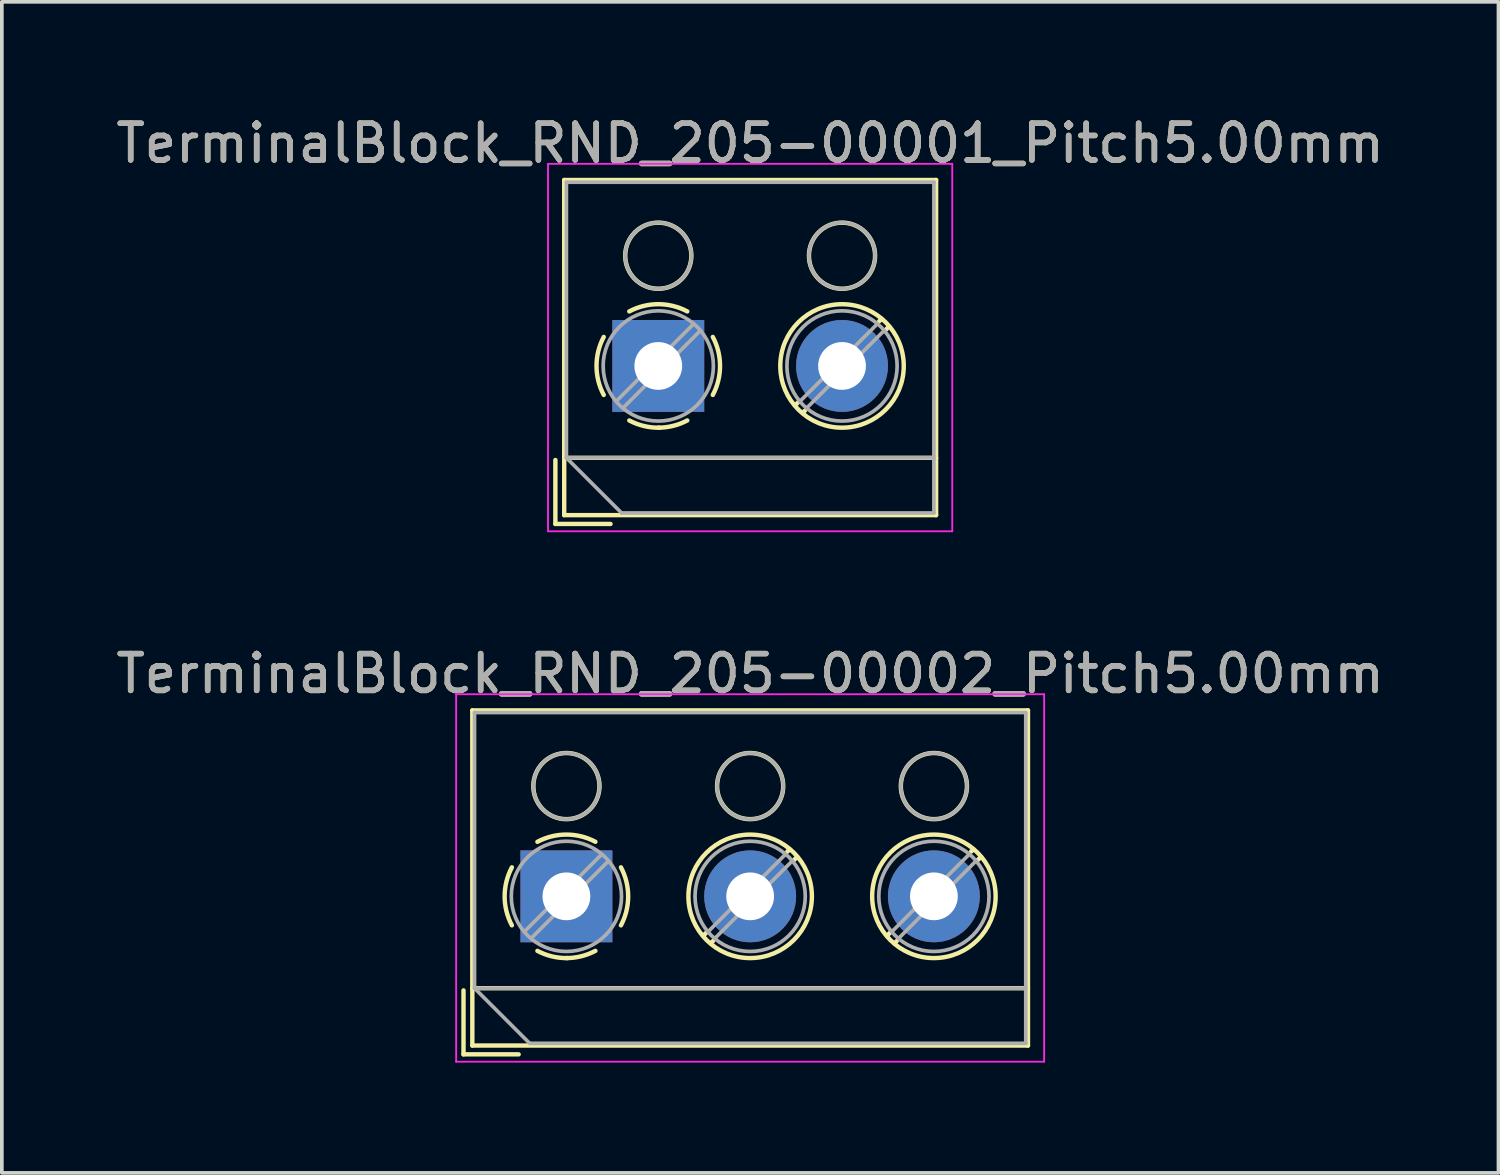
<source format=kicad_pcb>
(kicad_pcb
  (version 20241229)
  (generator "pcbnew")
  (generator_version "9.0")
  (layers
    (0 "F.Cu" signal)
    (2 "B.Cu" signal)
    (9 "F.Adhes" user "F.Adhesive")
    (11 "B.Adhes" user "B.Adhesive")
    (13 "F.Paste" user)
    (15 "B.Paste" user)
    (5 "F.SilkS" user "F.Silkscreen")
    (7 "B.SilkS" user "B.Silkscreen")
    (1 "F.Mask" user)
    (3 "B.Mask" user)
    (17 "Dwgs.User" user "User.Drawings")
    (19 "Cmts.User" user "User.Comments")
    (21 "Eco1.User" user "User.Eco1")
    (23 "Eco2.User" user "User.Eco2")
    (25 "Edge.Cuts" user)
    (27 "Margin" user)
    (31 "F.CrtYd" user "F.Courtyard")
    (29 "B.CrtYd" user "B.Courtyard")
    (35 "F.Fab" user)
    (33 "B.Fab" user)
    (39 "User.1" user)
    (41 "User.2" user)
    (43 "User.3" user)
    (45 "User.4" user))
  (footprint "TerminalBlock_RND_205-00002_Pitch5.00mm"
    (layer "F.Cu")
    (at 12.363 21.341)
    (property "Reference" "TerminalBlock_RND_205-00002_Pitch5.00mm" (at 5 -6.06 0) (layer "F.SilkS") (effects (font (size 1 1) (thickness 0.15))))
    (attr through_hole)
    (fp_line (start -2.8 2.56) (end -2.8 4.3) (stroke (width 0.12) (type solid)) (layer "F.SilkS"))
    (fp_line (start -2.8 4.3) (end -1.3 4.3) (stroke (width 0.12) (type solid)) (layer "F.SilkS"))
    (fp_line (start -2.56 -5.06) (end -2.56 4.06) (stroke (width 0.12) (type solid)) (layer "F.SilkS"))
    (fp_line (start -2.56 2.5) (end 12.56 2.5) (stroke (width 0.12) (type solid)) (layer "F.SilkS"))
    (fp_line (start -2.56 4.06) (end 12.56 4.06) (stroke (width 0.12) (type solid)) (layer "F.SilkS"))
    (fp_line (start 3.82 0.976) (end 3.726 1.069) (stroke (width 0.12) (type solid)) (layer "F.SilkS"))
    (fp_line (start 3.99 1.216) (end 3.931 1.274) (stroke (width 0.12) (type solid)) (layer "F.SilkS"))
    (fp_line (start 6.07 -1.275) (end 6.011 -1.216) (stroke (width 0.12) (type solid)) (layer "F.SilkS"))
    (fp_line (start 6.275 -1.069) (end 6.181 -0.976) (stroke (width 0.12) (type solid)) (layer "F.SilkS"))
    (fp_line (start 8.82 0.976) (end 8.726 1.069) (stroke (width 0.12) (type solid)) (layer "F.SilkS"))
    (fp_line (start 8.99 1.216) (end 8.931 1.274) (stroke (width 0.12) (type solid)) (layer "F.SilkS"))
    (fp_line (start 11.07 -1.275) (end 11.011 -1.216) (stroke (width 0.12) (type solid)) (layer "F.SilkS"))
    (fp_line (start 11.275 -1.069) (end 11.181 -0.976) (stroke (width 0.12) (type solid)) (layer "F.SilkS"))
    (fp_line (start 12.56 -5.06) (end -2.56 -5.06) (stroke (width 0.12) (type solid)) (layer "F.SilkS"))
    (fp_line (start 12.56 4.06) (end 12.56 -5.06) (stroke (width 0.12) (type solid)) (layer "F.SilkS"))
    (fp_arc (start -1.483953 0.789089) (mid -1.680708 0.00005) (end -1.484 -0.789) (stroke (width 0.12) (type solid)) (layer "F.SilkS"))
    (fp_arc (start -0.789089 -1.483953) (mid -0.00005 -1.680708) (end 0.789 -1.484) (stroke (width 0.12) (type solid)) (layer "F.SilkS"))
    (fp_arc (start 0.029383 1.68045) (mid -0.392304 1.634281) (end -0.789 1.484) (stroke (width 0.12) (type solid)) (layer "F.SilkS"))
    (fp_arc (start 0.788712 1.483352) (mid 0.406429 1.630097) (end 0 1.68) (stroke (width 0.12) (type solid)) (layer "F.SilkS"))
    (fp_arc (start 1.483953 -0.789089) (mid 1.680708 -0.00005) (end 1.484 0.789) (stroke (width 0.12) (type solid)) (layer "F.SilkS"))
    (fp_circle (center 0 -3) (end 0.9 -3) (stroke (width 0.12) (type solid)) (fill no) (layer "F.SilkS"))
    (fp_circle (center 5 -3) (end 5.9 -3) (stroke (width 0.12) (type solid)) (fill no) (layer "F.SilkS"))
    (fp_circle (center 5 0) (end 6.68 0) (stroke (width 0.12) (type solid)) (fill no) (layer "F.SilkS"))
    (fp_circle (center 10 -3) (end 10.9 -3) (stroke (width 0.12) (type solid)) (fill no) (layer "F.SilkS"))
    (fp_circle (center 10 0) (end 11.68 0) (stroke (width 0.12) (type solid)) (fill no) (layer "F.SilkS"))
    (fp_line (start -3 -5.5) (end -3 4.5) (stroke (width 0.05) (type solid)) (layer "F.CrtYd"))
    (fp_line (start -3 4.5) (end 13 4.5) (stroke (width 0.05) (type solid)) (layer "F.CrtYd"))
    (fp_line (start 13 -5.5) (end -3 -5.5) (stroke (width 0.05) (type solid)) (layer "F.CrtYd"))
    (fp_line (start 13 4.5) (end 13 -5.5) (stroke (width 0.05) (type solid)) (layer "F.CrtYd"))
    (fp_line (start -2.5 -5) (end 12.5 -5) (stroke (width 0.1) (type solid)) (layer "F.Fab"))
    (fp_line (start -2.5 2.5) (end -2.5 -5) (stroke (width 0.1) (type solid)) (layer "F.Fab"))
    (fp_line (start -2.5 2.5) (end 12.5 2.5) (stroke (width 0.1) (type solid)) (layer "F.Fab"))
    (fp_line (start -1 4) (end -2.5 2.5) (stroke (width 0.1) (type solid)) (layer "F.Fab"))
    (fp_line (start 0.955 -1.138) (end -1.138 0.955) (stroke (width 0.1) (type solid)) (layer "F.Fab"))
    (fp_line (start 1.138 -0.955) (end -0.955 1.138) (stroke (width 0.1) (type solid)) (layer "F.Fab"))
    (fp_line (start 5.955 -1.138) (end 3.863 0.955) (stroke (width 0.1) (type solid)) (layer "F.Fab"))
    (fp_line (start 6.138 -0.955) (end 4.046 1.138) (stroke (width 0.1) (type solid)) (layer "F.Fab"))
    (fp_line (start 10.955 -1.138) (end 8.863 0.955) (stroke (width 0.1) (type solid)) (layer "F.Fab"))
    (fp_line (start 11.138 -0.955) (end 9.046 1.138) (stroke (width 0.1) (type solid)) (layer "F.Fab"))
    (fp_line (start 12.5 -5) (end 12.5 4) (stroke (width 0.1) (type solid)) (layer "F.Fab"))
    (fp_line (start 12.5 4) (end -1 4) (stroke (width 0.1) (type solid)) (layer "F.Fab"))
    (fp_circle (center 0 -3) (end 0.9 -3) (stroke (width 0.1) (type solid)) (fill no) (layer "F.Fab"))
    (fp_circle (center 0 0) (end 1.5 0) (stroke (width 0.1) (type solid)) (fill no) (layer "F.Fab"))
    (fp_circle (center 5 -3) (end 5.9 -3) (stroke (width 0.1) (type solid)) (fill no) (layer "F.Fab"))
    (fp_circle (center 5 0) (end 6.5 0) (stroke (width 0.1) (type solid)) (fill no) (layer "F.Fab"))
    (fp_circle (center 10 -3) (end 10.9 -3) (stroke (width 0.1) (type solid)) (fill no) (layer "F.Fab"))
    (fp_circle (center 10 0) (end 11.5 0) (stroke (width 0.1) (type solid)) (fill no) (layer "F.Fab"))
    (fp_text user "${REFERENCE}" (at 5 -6.06 0) (layer "F.Fab") (effects (font (size 1 1) (thickness 0.15))))
    (pad "1" thru_hole rect (at 0 0) (size 2.5 2.5) (drill 1.3) (layers "*.Cu" "*.Mask"))
    (pad "2" thru_hole circle (at 5 0) (size 2.5 2.5) (drill 1.3) (layers "*.Cu" "*.Mask"))
    (pad "3" thru_hole circle (at 10 0) (size 2.5 2.5) (drill 1.3) (layers "*.Cu" "*.Mask")))
  (footprint "TerminalBlock_RND_205-00001_Pitch5.00mm"
    (layer "F.Cu")
    (at 14.863 6.908)
    (property "Reference" "TerminalBlock_RND_205-00001_Pitch5.00mm" (at 2.5 -6.06 0) (layer "F.SilkS") (effects (font (size 1 1) (thickness 0.15))))
    (attr through_hole)
    (fp_line (start -2.8 2.56) (end -2.8 4.3) (stroke (width 0.12) (type solid)) (layer "F.SilkS"))
    (fp_line (start -2.8 4.3) (end -1.3 4.3) (stroke (width 0.12) (type solid)) (layer "F.SilkS"))
    (fp_line (start -2.56 -5.06) (end -2.56 4.06) (stroke (width 0.12) (type solid)) (layer "F.SilkS"))
    (fp_line (start -2.56 2.5) (end 7.56 2.5) (stroke (width 0.12) (type solid)) (layer "F.SilkS"))
    (fp_line (start -2.56 4.06) (end 7.56 4.06) (stroke (width 0.12) (type solid)) (layer "F.SilkS"))
    (fp_line (start 3.82 0.976) (end 3.726 1.069) (stroke (width 0.12) (type solid)) (layer "F.SilkS"))
    (fp_line (start 3.99 1.216) (end 3.931 1.274) (stroke (width 0.12) (type solid)) (layer "F.SilkS"))
    (fp_line (start 6.07 -1.275) (end 6.011 -1.216) (stroke (width 0.12) (type solid)) (layer "F.SilkS"))
    (fp_line (start 6.275 -1.069) (end 6.181 -0.976) (stroke (width 0.12) (type solid)) (layer "F.SilkS"))
    (fp_line (start 7.56 -5.06) (end -2.56 -5.06) (stroke (width 0.12) (type solid)) (layer "F.SilkS"))
    (fp_line (start 7.56 4.06) (end 7.56 -5.06) (stroke (width 0.12) (type solid)) (layer "F.SilkS"))
    (fp_arc (start -1.483953 0.789089) (mid -1.680708 0.00005) (end -1.484 -0.789) (stroke (width 0.12) (type solid)) (layer "F.SilkS"))
    (fp_arc (start -0.789089 -1.483953) (mid -0.00005 -1.680708) (end 0.789 -1.484) (stroke (width 0.12) (type solid)) (layer "F.SilkS"))
    (fp_arc (start 0.029383 1.68045) (mid -0.392304 1.634281) (end -0.789 1.484) (stroke (width 0.12) (type solid)) (layer "F.SilkS"))
    (fp_arc (start 0.788712 1.483352) (mid 0.406429 1.630097) (end 0 1.68) (stroke (width 0.12) (type solid)) (layer "F.SilkS"))
    (fp_arc (start 1.483953 -0.789089) (mid 1.680708 -0.00005) (end 1.484 0.789) (stroke (width 0.12) (type solid)) (layer "F.SilkS"))
    (fp_circle (center 0 -3) (end 0.9 -3) (stroke (width 0.12) (type solid)) (fill no) (layer "F.SilkS"))
    (fp_circle (center 5 -3) (end 5.9 -3) (stroke (width 0.12) (type solid)) (fill no) (layer "F.SilkS"))
    (fp_circle (center 5 0) (end 6.68 0) (stroke (width 0.12) (type solid)) (fill no) (layer "F.SilkS"))
    (fp_line (start -3 -5.5) (end -3 4.5) (stroke (width 0.05) (type solid)) (layer "F.CrtYd"))
    (fp_line (start -3 4.5) (end 8 4.5) (stroke (width 0.05) (type solid)) (layer "F.CrtYd"))
    (fp_line (start 8 -5.5) (end -3 -5.5) (stroke (width 0.05) (type solid)) (layer "F.CrtYd"))
    (fp_line (start 8 4.5) (end 8 -5.5) (stroke (width 0.05) (type solid)) (layer "F.CrtYd"))
    (fp_line (start -2.5 -5) (end 7.5 -5) (stroke (width 0.1) (type solid)) (layer "F.Fab"))
    (fp_line (start -2.5 2.5) (end -2.5 -5) (stroke (width 0.1) (type solid)) (layer "F.Fab"))
    (fp_line (start -2.5 2.5) (end 7.5 2.5) (stroke (width 0.1) (type solid)) (layer "F.Fab"))
    (fp_line (start -1 4) (end -2.5 2.5) (stroke (width 0.1) (type solid)) (layer "F.Fab"))
    (fp_line (start 0.955 -1.138) (end -1.138 0.955) (stroke (width 0.1) (type solid)) (layer "F.Fab"))
    (fp_line (start 1.138 -0.955) (end -0.955 1.138) (stroke (width 0.1) (type solid)) (layer "F.Fab"))
    (fp_line (start 5.955 -1.138) (end 3.863 0.955) (stroke (width 0.1) (type solid)) (layer "F.Fab"))
    (fp_line (start 6.138 -0.955) (end 4.046 1.138) (stroke (width 0.1) (type solid)) (layer "F.Fab"))
    (fp_line (start 7.5 -5) (end 7.5 4) (stroke (width 0.1) (type solid)) (layer "F.Fab"))
    (fp_line (start 7.5 4) (end -1 4) (stroke (width 0.1) (type solid)) (layer "F.Fab"))
    (fp_circle (center 0 -3) (end 0.9 -3) (stroke (width 0.1) (type solid)) (fill no) (layer "F.Fab"))
    (fp_circle (center 0 0) (end 1.5 0) (stroke (width 0.1) (type solid)) (fill no) (layer "F.Fab"))
    (fp_circle (center 5 -3) (end 5.9 -3) (stroke (width 0.1) (type solid)) (fill no) (layer "F.Fab"))
    (fp_circle (center 5 0) (end 6.5 0) (stroke (width 0.1) (type solid)) (fill no) (layer "F.Fab"))
    (fp_text user "${REFERENCE}" (at 2.5 -6.06 0) (layer "F.Fab") (effects (font (size 1 1) (thickness 0.15))))
    (pad "1" thru_hole rect (at 0 0) (size 2.5 2.5) (drill 1.3) (layers "*.Cu" "*.Mask"))
    (pad "2" thru_hole circle (at 5 0) (size 2.5 2.5) (drill 1.3) (layers "*.Cu" "*.Mask")))
  (gr_rect
    (start -3 -3)
    (end 37.726 28.866)
    (stroke (width 0.1) (type default))
    (fill no)
    (layer "Edge.Cuts")))
</source>
